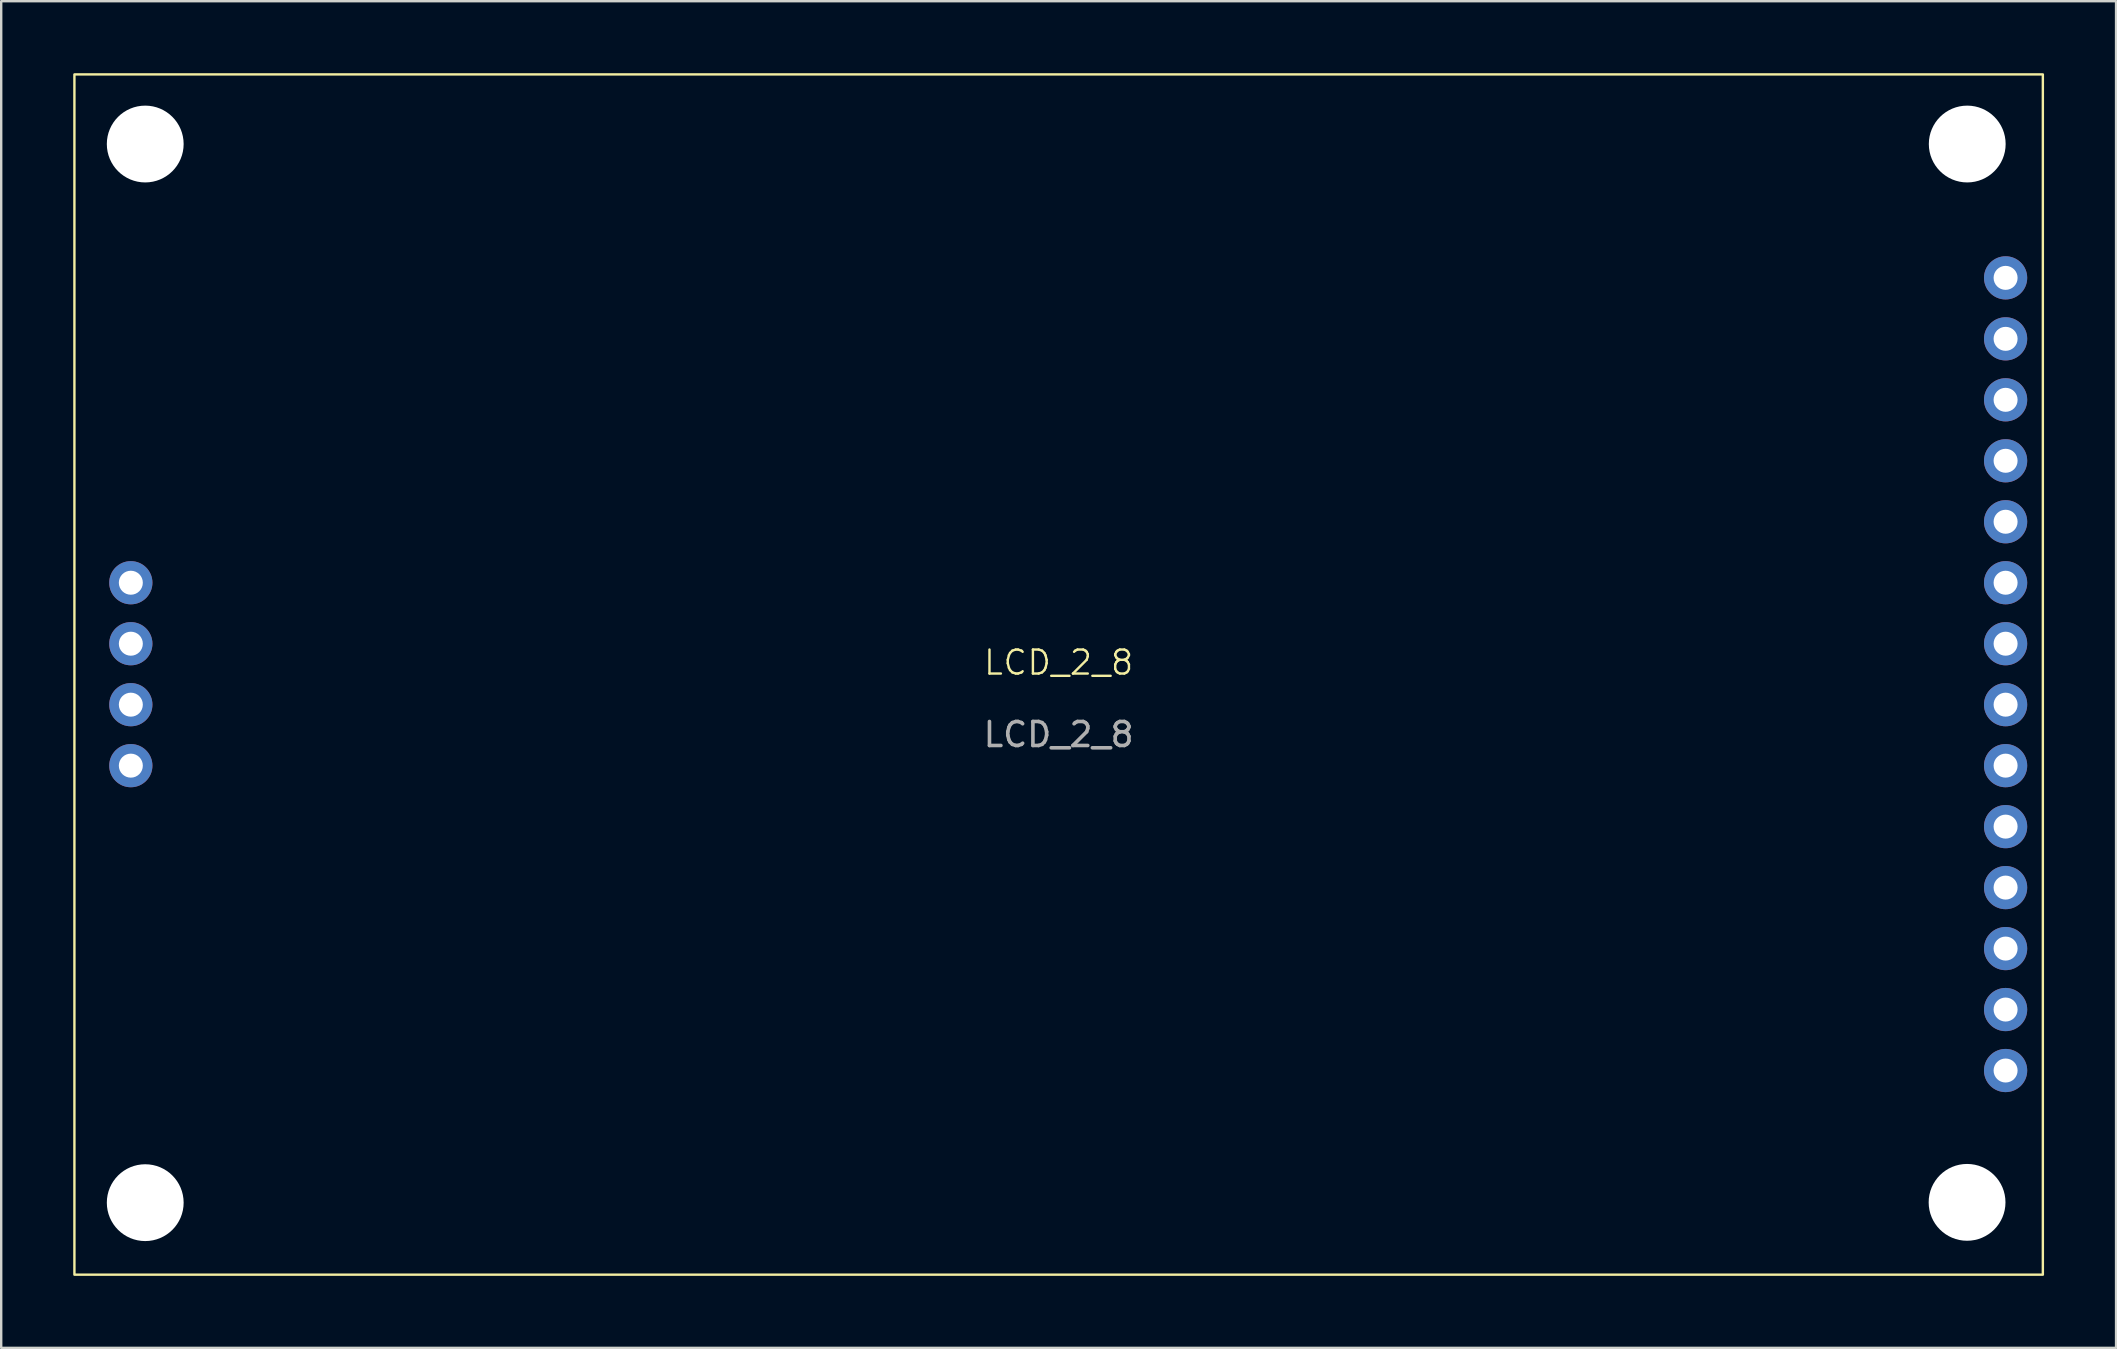
<source format=kicad_pcb>
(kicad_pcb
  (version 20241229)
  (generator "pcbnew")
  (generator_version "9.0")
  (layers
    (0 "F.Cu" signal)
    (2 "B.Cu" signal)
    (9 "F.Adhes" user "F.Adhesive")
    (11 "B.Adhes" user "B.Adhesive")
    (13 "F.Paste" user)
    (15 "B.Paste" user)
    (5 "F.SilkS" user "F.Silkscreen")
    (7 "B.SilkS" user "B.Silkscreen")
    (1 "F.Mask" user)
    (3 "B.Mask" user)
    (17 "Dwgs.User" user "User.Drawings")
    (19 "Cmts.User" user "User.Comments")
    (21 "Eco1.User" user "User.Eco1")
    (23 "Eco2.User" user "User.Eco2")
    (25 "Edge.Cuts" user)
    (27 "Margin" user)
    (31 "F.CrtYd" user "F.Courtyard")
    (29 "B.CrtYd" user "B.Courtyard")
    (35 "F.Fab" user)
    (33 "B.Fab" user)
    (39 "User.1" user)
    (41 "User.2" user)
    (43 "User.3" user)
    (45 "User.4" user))
  (footprint "LCD_2_8"
    (layer "F.Cu")
    (at 41.05 25.05)
    (property "Reference" "LCD_2_8" (at 0 -0.5 0) (unlocked yes) (layer "F.SilkS") (effects (font (size 1 1) (thickness 0.1))))
    (attr smd)
    (fp_rect (start -41 -25) (end 41 25) (stroke (width 0.1) (type default)) (fill no) (layer "F.SilkS"))
    (fp_text user "${REFERENCE}" (at 0 2.5 0) (unlocked yes) (layer "F.Fab") (effects (font (size 1 1) (thickness 0.15))))
    (pad "" np_thru_hole circle (at -38.05 -22.1) (size 3.2 3.2) (drill 3.2) (layers "*.Cu" "*.Mask"))
    (pad "" np_thru_hole circle (at -38.05 22) (size 3.2 3.2) (drill 3.2) (layers "*.Cu" "*.Mask"))
    (pad "" np_thru_hole circle (at 37.843 21.987) (size 3.2 3.2) (drill 3.2) (layers "*.Cu" "*.Mask"))
    (pad "" np_thru_hole circle (at 37.85 -22.1) (size 3.2 3.2) (drill 3.2) (layers "*.Cu" "*.Mask"))
    (pad "1" thru_hole circle (at 39.448 16.495) (size 1.8 1.8) (drill 1) (layers "*.Cu" "*.Mask"))
    (pad "2" thru_hole circle (at 39.448 13.955) (size 1.8 1.8) (drill 1) (layers "*.Cu" "*.Mask"))
    (pad "3" thru_hole circle (at 39.448 11.415) (size 1.8 1.8) (drill 1) (layers "*.Cu" "*.Mask"))
    (pad "4" thru_hole circle (at 39.448 8.875) (size 1.8 1.8) (drill 1) (layers "*.Cu" "*.Mask"))
    (pad "5" thru_hole circle (at 39.448 6.335) (size 1.8 1.8) (drill 1) (layers "*.Cu" "*.Mask"))
    (pad "6" thru_hole circle (at 39.448 3.795) (size 1.8 1.8) (drill 1) (layers "*.Cu" "*.Mask"))
    (pad "7" thru_hole circle (at 39.448 1.255) (size 1.8 1.8) (drill 1) (layers "*.Cu" "*.Mask"))
    (pad "8" thru_hole circle (at 39.448 -1.285) (size 1.8 1.8) (drill 1) (layers "*.Cu" "*.Mask"))
    (pad "9" thru_hole circle (at 39.448 -3.825) (size 1.8 1.8) (drill 1) (layers "*.Cu" "*.Mask"))
    (pad "10" thru_hole circle (at 39.448 -6.365) (size 1.8 1.8) (drill 1) (layers "*.Cu" "*.Mask"))
    (pad "11" thru_hole circle (at 39.448 -8.905) (size 1.8 1.8) (drill 1) (layers "*.Cu" "*.Mask"))
    (pad "12" thru_hole circle (at 39.448 -11.445) (size 1.8 1.8) (drill 1) (layers "*.Cu" "*.Mask"))
    (pad "13" thru_hole circle (at 39.448 -13.985) (size 1.8 1.8) (drill 1) (layers "*.Cu" "*.Mask"))
    (pad "14" thru_hole circle (at 39.448 -16.525) (size 1.8 1.8) (drill 1) (layers "*.Cu" "*.Mask"))
    (pad "15" thru_hole circle (at -38.65 3.795) (size 1.8 1.8) (drill 1) (layers "*.Cu" "*.Mask"))
    (pad "16" thru_hole circle (at -38.65 1.255) (size 1.8 1.8) (drill 1) (layers "*.Cu" "*.Mask"))
    (pad "17" thru_hole circle (at -38.65 -1.285) (size 1.8 1.8) (drill 1) (layers "*.Cu" "*.Mask"))
    (pad "18" thru_hole circle (at -38.65 -3.825) (size 1.8 1.8) (drill 1) (layers "*.Cu" "*.Mask")))
  (gr_rect
    (start -3 -3)
    (end 85.1 53.1)
    (stroke (width 0.1) (type default))
    (fill no)
    (layer "Edge.Cuts")))
</source>
